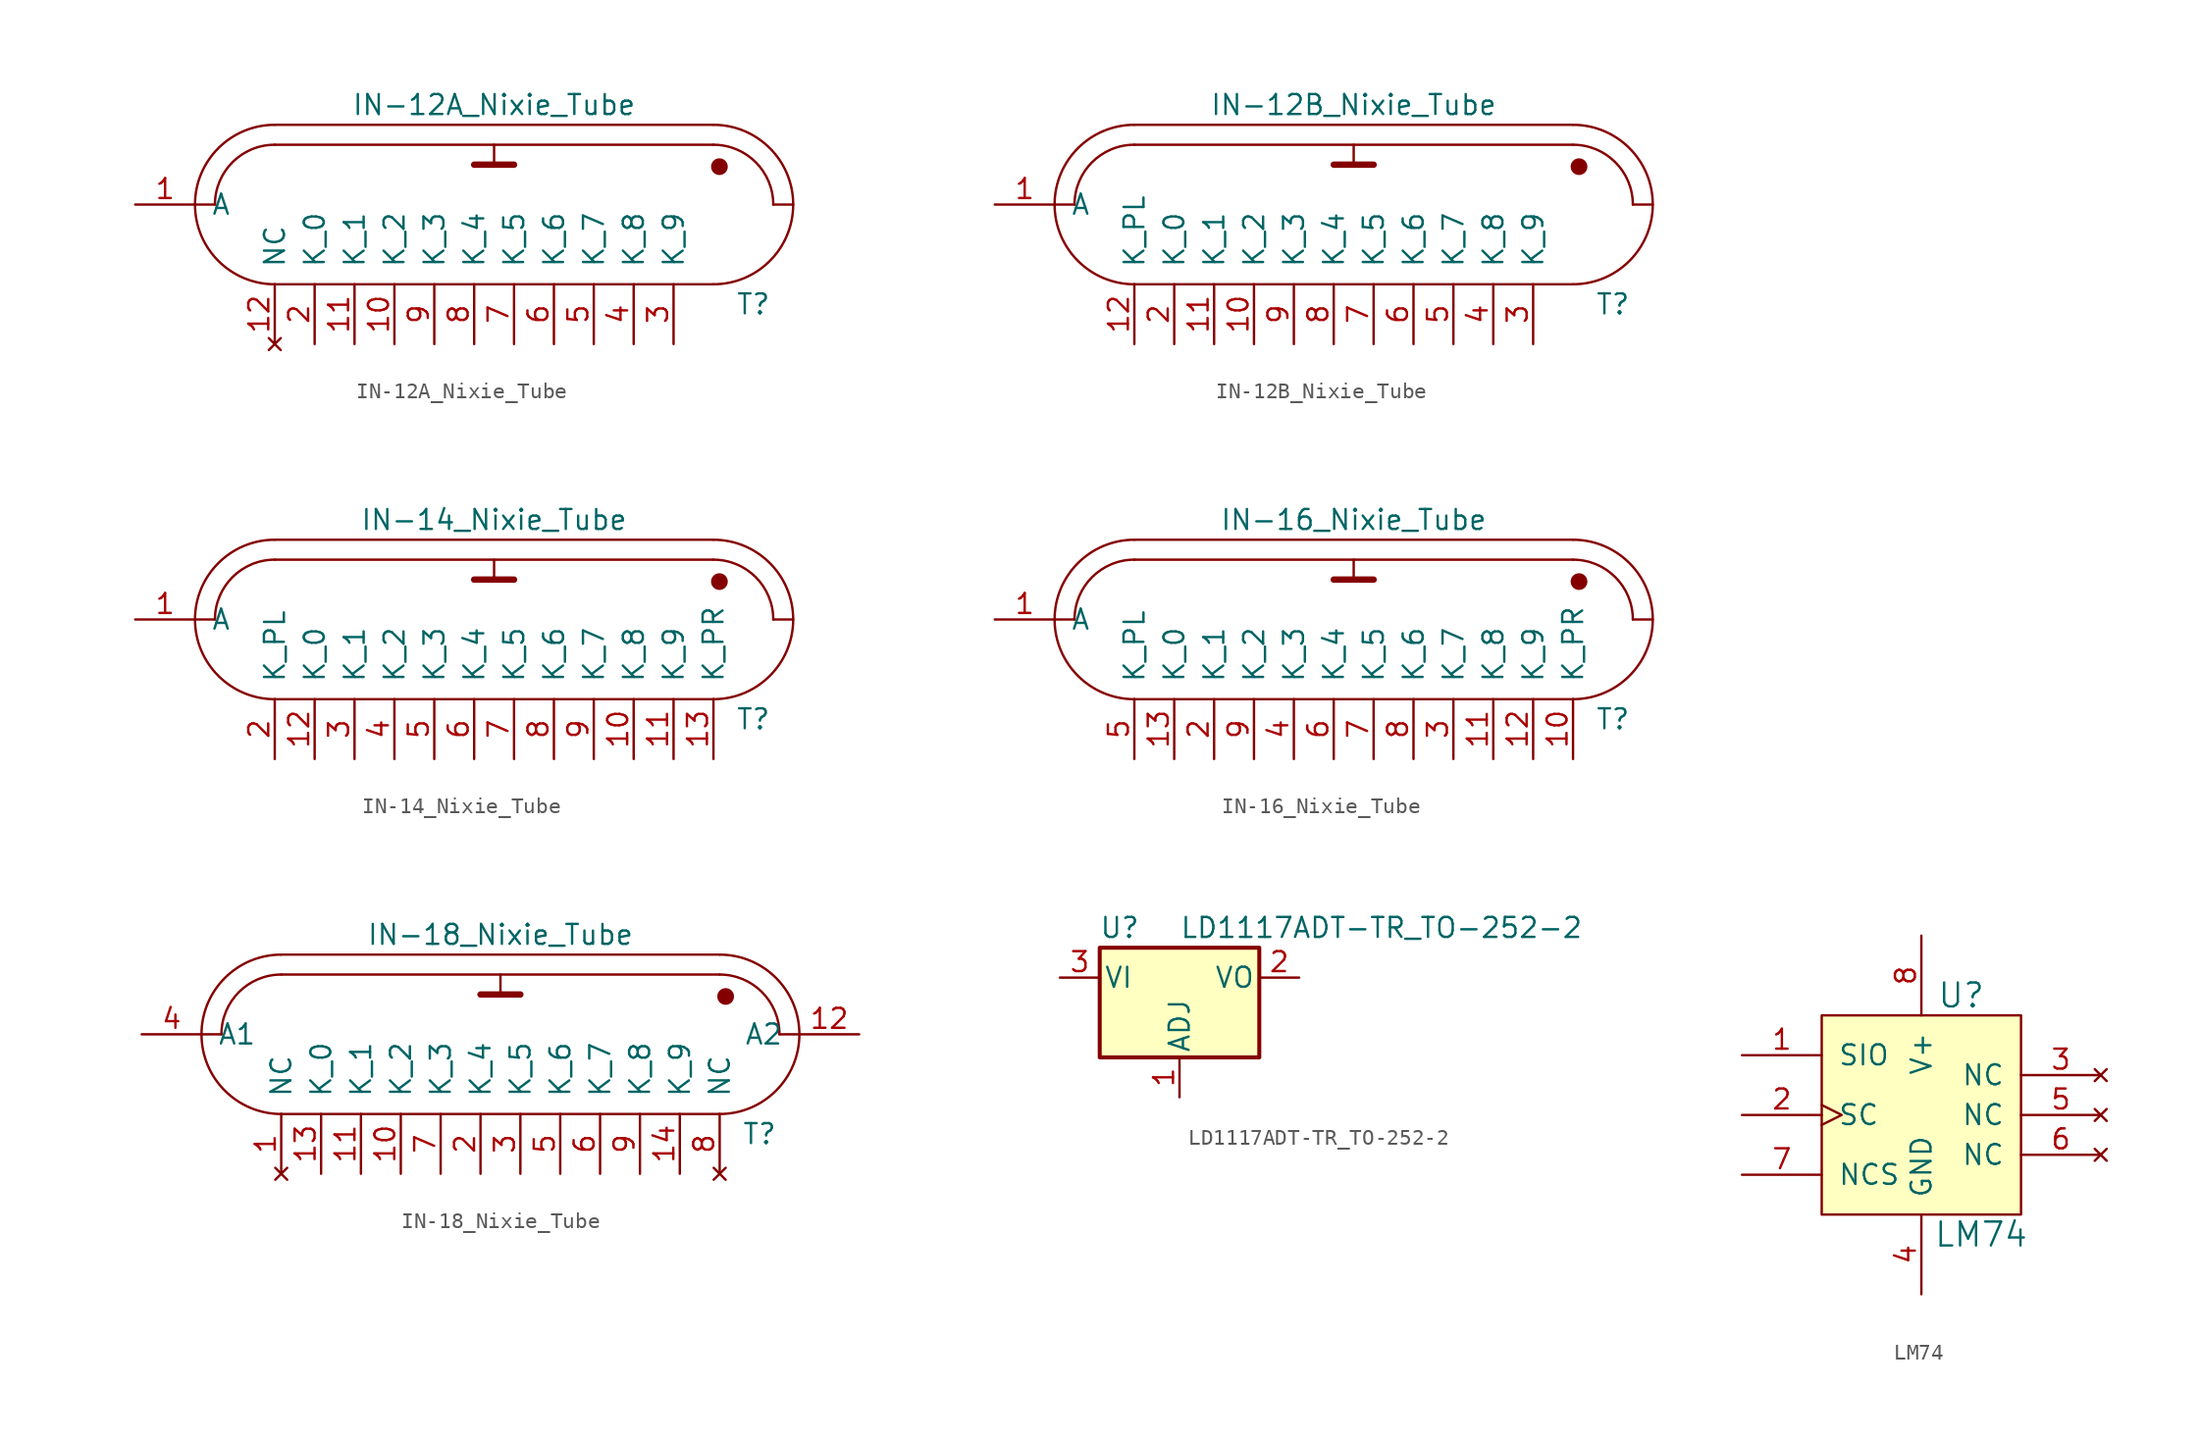
<source format=kicad_sym>
(kicad_symbol_lib
  (version 20231120)
  (generator "kicad_symbol_editor")
  (generator_version "8.0")
  (symbol "IN-12A_Nixie_Tube"
    (pin_names
      (offset 1.016))
    (property "Reference" "T"
      (at 16.51 -6.35 0)
      (effects (font (size 1.27 1.27))))
    (property "Value" "IN-12A_Nixie_Tube"
      (at 0 6.35 0)
      (effects (font (size 1.27 1.27))))
    (symbol "IN-12A_Nixie_Tube_0_0"
      (polyline (pts (xy -13.97 -5.08) (xy 13.97 -5.08)) (stroke (width 0) (type solid)) (fill (type none)))
      (polyline (pts (xy 13.97 3.81) (xy -13.97 3.81)) (stroke (width 0) (type solid)) (fill (type none)))
      (polyline (pts (xy 13.97 5.08) (xy -13.97 5.08)) (stroke (width 0) (type solid)) (fill (type none)))
      (circle (center 14.351 2.413) (radius 0.457) (stroke (width 0) (type solid)) (fill (type outline))))
    (symbol "IN-12A_Nixie_Tube_0_1"
      (arc (start -13.97 3.81) (mid -16.6641 2.6941) (end -17.78 0) (stroke (width 0) (type solid)) (fill (type none)))
      (arc (start -13.97 5.08) (mid -19.05 0) (end -13.97 -5.08) (stroke (width 0) (type solid)) (fill (type none)))
      (polyline (pts (xy -19.05 0) (xy -17.78 0)) (stroke (width 0) (type solid)) (fill (type none)))
      (polyline (pts (xy -1.27 2.54) (xy 1.27 2.54)) (stroke (width 0.406) (type solid)) (fill (type none)))
      (polyline (pts (xy 0 3.81) (xy 0 2.54)) (stroke (width 0) (type solid)) (fill (type none)))
      (polyline (pts (xy 17.78 0) (xy 19.05 0)) (stroke (width 0) (type solid)) (fill (type none)))
      (arc (start 13.97 -5.08) (mid 19.05 0) (end 13.97 5.08) (stroke (width 0) (type solid)) (fill (type none)))
      (arc (start 17.78 0) (mid 16.6641 2.6941) (end 13.97 3.81) (stroke (width 0) (type solid)) (fill (type none))))
    (symbol "IN-12A_Nixie_Tube_1_1"
      (pin power_in line (at -22.86 0 0) (length 3.81) (name "A" (effects (font (size 1.27 1.27)))) (number "1" (effects (font (size 1.27 1.27)))))
      (pin power_in line (at -6.35 -8.89 90) (length 3.81) (name "K_2" (effects (font (size 1.27 1.27)))) (number "10" (effects (font (size 1.27 1.27)))))
      (pin power_in line (at -8.89 -8.89 90) (length 3.81) (name "K_1" (effects (font (size 1.27 1.27)))) (number "11" (effects (font (size 1.27 1.27)))))
      (pin no_connect line (at -13.97 -8.89 90) (length 3.81) (name "NC" (effects (font (size 1.27 1.27)))) (number "12" (effects (font (size 1.27 1.27)))))
      (pin power_in line (at -11.43 -8.89 90) (length 3.81) (name "K_0" (effects (font (size 1.27 1.27)))) (number "2" (effects (font (size 1.27 1.27)))))
      (pin power_in line (at 11.43 -8.89 90) (length 3.81) (name "K_9" (effects (font (size 1.27 1.27)))) (number "3" (effects (font (size 1.27 1.27)))))
      (pin power_in line (at 8.89 -8.89 90) (length 3.81) (name "K_8" (effects (font (size 1.27 1.27)))) (number "4" (effects (font (size 1.27 1.27)))))
      (pin power_in line (at 6.35 -8.89 90) (length 3.81) (name "K_7" (effects (font (size 1.27 1.27)))) (number "5" (effects (font (size 1.27 1.27)))))
      (pin power_in line (at 3.81 -8.89 90) (length 3.81) (name "K_6" (effects (font (size 1.27 1.27)))) (number "6" (effects (font (size 1.27 1.27)))))
      (pin power_in line (at 1.27 -8.89 90) (length 3.81) (name "K_5" (effects (font (size 1.27 1.27)))) (number "7" (effects (font (size 1.27 1.27)))))
      (pin power_in line (at -1.27 -8.89 90) (length 3.81) (name "K_4" (effects (font (size 1.27 1.27)))) (number "8" (effects (font (size 1.27 1.27)))))
      (pin power_in line (at -3.81 -8.89 90) (length 3.81) (name "K_3" (effects (font (size 1.27 1.27)))) (number "9" (effects (font (size 1.27 1.27)))))))
  (symbol "IN-12B_Nixie_Tube"
    (pin_names
      (offset 1.016))
    (property "Reference" "T"
      (at 16.51 -6.35 0)
      (effects (font (size 1.27 1.27))))
    (property "Value" "IN-12B_Nixie_Tube"
      (at 0 6.35 0)
      (effects (font (size 1.27 1.27))))
    (symbol "IN-12B_Nixie_Tube_0_0"
      (polyline (pts (xy -13.97 -5.08) (xy 13.97 -5.08)) (stroke (width 0) (type solid)) (fill (type none)))
      (polyline (pts (xy 13.97 3.81) (xy -13.97 3.81)) (stroke (width 0) (type solid)) (fill (type none)))
      (polyline (pts (xy 13.97 5.08) (xy -13.97 5.08)) (stroke (width 0) (type solid)) (fill (type none)))
      (circle (center 14.351 2.413) (radius 0.457) (stroke (width 0) (type solid)) (fill (type outline))))
    (symbol "IN-12B_Nixie_Tube_0_1"
      (arc (start -13.97 3.81) (mid -16.6641 2.6941) (end -17.78 0) (stroke (width 0) (type solid)) (fill (type none)))
      (arc (start -13.97 5.08) (mid -19.05 0) (end -13.97 -5.08) (stroke (width 0) (type solid)) (fill (type none)))
      (polyline (pts (xy -19.05 0) (xy -17.78 0)) (stroke (width 0) (type solid)) (fill (type none)))
      (polyline (pts (xy -1.27 2.54) (xy 1.27 2.54)) (stroke (width 0.406) (type solid)) (fill (type none)))
      (polyline (pts (xy 0 3.81) (xy 0 2.54)) (stroke (width 0) (type solid)) (fill (type none)))
      (polyline (pts (xy 17.78 0) (xy 19.05 0)) (stroke (width 0) (type solid)) (fill (type none)))
      (arc (start 13.97 -5.08) (mid 19.05 0) (end 13.97 5.08) (stroke (width 0) (type solid)) (fill (type none)))
      (arc (start 17.78 0) (mid 16.6641 2.6941) (end 13.97 3.81) (stroke (width 0) (type solid)) (fill (type none))))
    (symbol "IN-12B_Nixie_Tube_1_1"
      (pin power_in line (at -22.86 0 0) (length 3.81) (name "A" (effects (font (size 1.27 1.27)))) (number "1" (effects (font (size 1.27 1.27)))))
      (pin power_in line (at -6.35 -8.89 90) (length 3.81) (name "K_2" (effects (font (size 1.27 1.27)))) (number "10" (effects (font (size 1.27 1.27)))))
      (pin power_in line (at -8.89 -8.89 90) (length 3.81) (name "K_1" (effects (font (size 1.27 1.27)))) (number "11" (effects (font (size 1.27 1.27)))))
      (pin power_in line (at -13.97 -8.89 90) (length 3.81) (name "K_PL" (effects (font (size 1.27 1.27)))) (number "12" (effects (font (size 1.27 1.27)))))
      (pin power_in line (at -11.43 -8.89 90) (length 3.81) (name "K_0" (effects (font (size 1.27 1.27)))) (number "2" (effects (font (size 1.27 1.27)))))
      (pin power_in line (at 11.43 -8.89 90) (length 3.81) (name "K_9" (effects (font (size 1.27 1.27)))) (number "3" (effects (font (size 1.27 1.27)))))
      (pin power_in line (at 8.89 -8.89 90) (length 3.81) (name "K_8" (effects (font (size 1.27 1.27)))) (number "4" (effects (font (size 1.27 1.27)))))
      (pin power_in line (at 6.35 -8.89 90) (length 3.81) (name "K_7" (effects (font (size 1.27 1.27)))) (number "5" (effects (font (size 1.27 1.27)))))
      (pin power_in line (at 3.81 -8.89 90) (length 3.81) (name "K_6" (effects (font (size 1.27 1.27)))) (number "6" (effects (font (size 1.27 1.27)))))
      (pin power_in line (at 1.27 -8.89 90) (length 3.81) (name "K_5" (effects (font (size 1.27 1.27)))) (number "7" (effects (font (size 1.27 1.27)))))
      (pin power_in line (at -1.27 -8.89 90) (length 3.81) (name "K_4" (effects (font (size 1.27 1.27)))) (number "8" (effects (font (size 1.27 1.27)))))
      (pin power_in line (at -3.81 -8.89 90) (length 3.81) (name "K_3" (effects (font (size 1.27 1.27)))) (number "9" (effects (font (size 1.27 1.27)))))))
  (symbol "IN-14_Nixie_Tube"
    (pin_names
      (offset 1.016))
    (property "Reference" "T"
      (at 16.51 -6.35 0)
      (effects (font (size 1.27 1.27))))
    (property "Value" "IN-14_Nixie_Tube"
      (at 0 6.35 0)
      (effects (font (size 1.27 1.27))))
    (symbol "IN-14_Nixie_Tube_0_0"
      (polyline (pts (xy -13.97 -5.08) (xy 13.97 -5.08)) (stroke (width 0) (type solid)) (fill (type none)))
      (polyline (pts (xy 13.97 3.81) (xy -13.97 3.81)) (stroke (width 0) (type solid)) (fill (type none)))
      (polyline (pts (xy 13.97 5.08) (xy -13.97 5.08)) (stroke (width 0) (type solid)) (fill (type none)))
      (circle (center 14.351 2.413) (radius 0.457) (stroke (width 0) (type solid)) (fill (type outline))))
    (symbol "IN-14_Nixie_Tube_0_1"
      (arc (start -13.97 3.81) (mid -16.6641 2.6941) (end -17.78 0) (stroke (width 0) (type solid)) (fill (type none)))
      (arc (start -13.97 5.08) (mid -19.05 0) (end -13.97 -5.08) (stroke (width 0) (type solid)) (fill (type none)))
      (polyline (pts (xy -19.05 0) (xy -17.78 0)) (stroke (width 0) (type solid)) (fill (type none)))
      (polyline (pts (xy -1.27 2.54) (xy 1.27 2.54)) (stroke (width 0.406) (type solid)) (fill (type none)))
      (polyline (pts (xy 0 3.81) (xy 0 2.54)) (stroke (width 0) (type solid)) (fill (type none)))
      (polyline (pts (xy 17.78 0) (xy 19.05 0)) (stroke (width 0) (type solid)) (fill (type none)))
      (arc (start 13.97 -5.08) (mid 19.05 0) (end 13.97 5.08) (stroke (width 0) (type solid)) (fill (type none)))
      (arc (start 17.78 0) (mid 16.6641 2.6941) (end 13.97 3.81) (stroke (width 0) (type solid)) (fill (type none))))
    (symbol "IN-14_Nixie_Tube_1_1"
      (pin power_in line (at -22.86 0 0) (length 3.81) (name "A" (effects (font (size 1.27 1.27)))) (number "1" (effects (font (size 1.27 1.27)))))
      (pin power_in line (at 8.89 -8.89 90) (length 3.81) (name "K_8" (effects (font (size 1.27 1.27)))) (number "10" (effects (font (size 1.27 1.27)))))
      (pin power_in line (at 11.43 -8.89 90) (length 3.81) (name "K_9" (effects (font (size 1.27 1.27)))) (number "11" (effects (font (size 1.27 1.27)))))
      (pin power_in line (at -11.43 -8.89 90) (length 3.81) (name "K_0" (effects (font (size 1.27 1.27)))) (number "12" (effects (font (size 1.27 1.27)))))
      (pin power_in line (at 13.97 -8.89 90) (length 3.81) (name "K_PR" (effects (font (size 1.27 1.27)))) (number "13" (effects (font (size 1.27 1.27)))))
      (pin power_in line (at -13.97 -8.89 90) (length 3.81) (name "K_PL" (effects (font (size 1.27 1.27)))) (number "2" (effects (font (size 1.27 1.27)))))
      (pin power_in line (at -8.89 -8.89 90) (length 3.81) (name "K_1" (effects (font (size 1.27 1.27)))) (number "3" (effects (font (size 1.27 1.27)))))
      (pin power_in line (at -6.35 -8.89 90) (length 3.81) (name "K_2" (effects (font (size 1.27 1.27)))) (number "4" (effects (font (size 1.27 1.27)))))
      (pin power_in line (at -3.81 -8.89 90) (length 3.81) (name "K_3" (effects (font (size 1.27 1.27)))) (number "5" (effects (font (size 1.27 1.27)))))
      (pin power_in line (at -1.27 -8.89 90) (length 3.81) (name "K_4" (effects (font (size 1.27 1.27)))) (number "6" (effects (font (size 1.27 1.27)))))
      (pin power_in line (at 1.27 -8.89 90) (length 3.81) (name "K_5" (effects (font (size 1.27 1.27)))) (number "7" (effects (font (size 1.27 1.27)))))
      (pin power_in line (at 3.81 -8.89 90) (length 3.81) (name "K_6" (effects (font (size 1.27 1.27)))) (number "8" (effects (font (size 1.27 1.27)))))
      (pin power_in line (at 6.35 -8.89 90) (length 3.81) (name "K_7" (effects (font (size 1.27 1.27)))) (number "9" (effects (font (size 1.27 1.27)))))))
  (symbol "IN-16_Nixie_Tube"
    (pin_names
      (offset 1.016))
    (property "Reference" "T"
      (at 16.51 -6.35 0)
      (effects (font (size 1.27 1.27))))
    (property "Value" "IN-16_Nixie_Tube"
      (at 0 6.35 0)
      (effects (font (size 1.27 1.27))))
    (symbol "IN-16_Nixie_Tube_0_0"
      (polyline (pts (xy -13.97 -5.08) (xy 13.97 -5.08)) (stroke (width 0) (type solid)) (fill (type none)))
      (polyline (pts (xy 13.97 3.81) (xy -13.97 3.81)) (stroke (width 0) (type solid)) (fill (type none)))
      (polyline (pts (xy 13.97 5.08) (xy -13.97 5.08)) (stroke (width 0) (type solid)) (fill (type none)))
      (circle (center 14.351 2.413) (radius 0.457) (stroke (width 0) (type solid)) (fill (type outline))))
    (symbol "IN-16_Nixie_Tube_0_1"
      (arc (start -13.97 3.81) (mid -16.6641 2.6941) (end -17.78 0) (stroke (width 0) (type solid)) (fill (type none)))
      (arc (start -13.97 5.08) (mid -19.05 0) (end -13.97 -5.08) (stroke (width 0) (type solid)) (fill (type none)))
      (polyline (pts (xy -19.05 0) (xy -17.78 0)) (stroke (width 0) (type solid)) (fill (type none)))
      (polyline (pts (xy -1.27 2.54) (xy 1.27 2.54)) (stroke (width 0.406) (type solid)) (fill (type none)))
      (polyline (pts (xy 0 3.81) (xy 0 2.54)) (stroke (width 0) (type solid)) (fill (type none)))
      (polyline (pts (xy 17.78 0) (xy 19.05 0)) (stroke (width 0) (type solid)) (fill (type none)))
      (arc (start 13.97 -5.08) (mid 19.05 0) (end 13.97 5.08) (stroke (width 0) (type solid)) (fill (type none)))
      (arc (start 17.78 0) (mid 16.6641 2.6941) (end 13.97 3.81) (stroke (width 0) (type solid)) (fill (type none))))
    (symbol "IN-16_Nixie_Tube_1_1"
      (pin power_in line (at -22.86 0 0) (length 3.81) (name "A" (effects (font (size 1.27 1.27)))) (number "1" (effects (font (size 1.27 1.27)))))
      (pin power_in line (at 13.97 -8.89 90) (length 3.81) (name "K_PR" (effects (font (size 1.27 1.27)))) (number "10" (effects (font (size 1.27 1.27)))))
      (pin power_in line (at 8.89 -8.89 90) (length 3.81) (name "K_8" (effects (font (size 1.27 1.27)))) (number "11" (effects (font (size 1.27 1.27)))))
      (pin power_in line (at 11.43 -8.89 90) (length 3.81) (name "K_9" (effects (font (size 1.27 1.27)))) (number "12" (effects (font (size 1.27 1.27)))))
      (pin power_in line (at -11.43 -8.89 90) (length 3.81) (name "K_0" (effects (font (size 1.27 1.27)))) (number "13" (effects (font (size 1.27 1.27)))))
      (pin power_in line (at -8.89 -8.89 90) (length 3.81) (name "K_1" (effects (font (size 1.27 1.27)))) (number "2" (effects (font (size 1.27 1.27)))))
      (pin power_in line (at 6.35 -8.89 90) (length 3.81) (name "K_7" (effects (font (size 1.27 1.27)))) (number "3" (effects (font (size 1.27 1.27)))))
      (pin power_in line (at -3.81 -8.89 90) (length 3.81) (name "K_3" (effects (font (size 1.27 1.27)))) (number "4" (effects (font (size 1.27 1.27)))))
      (pin power_in line (at -13.97 -8.89 90) (length 3.81) (name "K_PL" (effects (font (size 1.27 1.27)))) (number "5" (effects (font (size 1.27 1.27)))))
      (pin power_in line (at -1.27 -8.89 90) (length 3.81) (name "K_4" (effects (font (size 1.27 1.27)))) (number "6" (effects (font (size 1.27 1.27)))))
      (pin power_in line (at 1.27 -8.89 90) (length 3.81) (name "K_5" (effects (font (size 1.27 1.27)))) (number "7" (effects (font (size 1.27 1.27)))))
      (pin power_in line (at 3.81 -8.89 90) (length 3.81) (name "K_6" (effects (font (size 1.27 1.27)))) (number "8" (effects (font (size 1.27 1.27)))))
      (pin power_in line (at -6.35 -8.89 90) (length 3.81) (name "K_2" (effects (font (size 1.27 1.27)))) (number "9" (effects (font (size 1.27 1.27)))))))
  (symbol "IN-18_Nixie_Tube"
    (pin_names
      (offset 1.016))
    (property "Reference" "T"
      (at 16.51 -6.35 0)
      (effects (font (size 1.27 1.27))))
    (property "Value" "IN-18_Nixie_Tube"
      (at 0 6.35 0)
      (effects (font (size 1.27 1.27))))
    (symbol "IN-18_Nixie_Tube_0_0"
      (polyline (pts (xy -13.97 -5.08) (xy 13.97 -5.08)) (stroke (width 0) (type solid)) (fill (type none)))
      (polyline (pts (xy 13.97 3.81) (xy -13.97 3.81)) (stroke (width 0) (type solid)) (fill (type none)))
      (polyline (pts (xy 13.97 5.08) (xy -13.97 5.08)) (stroke (width 0) (type solid)) (fill (type none)))
      (circle (center 14.351 2.413) (radius 0.457) (stroke (width 0) (type solid)) (fill (type outline))))
    (symbol "IN-18_Nixie_Tube_0_1"
      (arc (start -13.97 3.81) (mid -16.6641 2.6941) (end -17.78 0) (stroke (width 0) (type solid)) (fill (type none)))
      (arc (start -13.97 5.08) (mid -19.05 0) (end -13.97 -5.08) (stroke (width 0) (type solid)) (fill (type none)))
      (polyline (pts (xy -19.05 0) (xy -17.78 0)) (stroke (width 0) (type solid)) (fill (type none)))
      (polyline (pts (xy -1.27 2.54) (xy 1.27 2.54)) (stroke (width 0.406) (type solid)) (fill (type none)))
      (polyline (pts (xy 0 3.81) (xy 0 2.54)) (stroke (width 0) (type solid)) (fill (type none)))
      (polyline (pts (xy 17.78 0) (xy 19.05 0)) (stroke (width 0) (type solid)) (fill (type none)))
      (arc (start 13.97 -5.08) (mid 19.05 0) (end 13.97 5.08) (stroke (width 0) (type solid)) (fill (type none)))
      (arc (start 17.78 0) (mid 16.6641 2.6941) (end 13.97 3.81) (stroke (width 0) (type solid)) (fill (type none))))
    (symbol "IN-18_Nixie_Tube_1_1"
      (pin no_connect line (at -13.97 -8.89 90) (length 3.81) (name "NC" (effects (font (size 1.27 1.27)))) (number "1" (effects (font (size 1.27 1.27)))))
      (pin power_in line (at -6.35 -8.89 90) (length 3.81) (name "K_2" (effects (font (size 1.27 1.27)))) (number "10" (effects (font (size 1.27 1.27)))))
      (pin power_in line (at -8.89 -8.89 90) (length 3.81) (name "K_1" (effects (font (size 1.27 1.27)))) (number "11" (effects (font (size 1.27 1.27)))))
      (pin power_in line (at 22.86 0 180) (length 3.81) (name "A2" (effects (font (size 1.27 1.27)))) (number "12" (effects (font (size 1.27 1.27)))))
      (pin power_in line (at -11.43 -8.89 90) (length 3.81) (name "K_0" (effects (font (size 1.27 1.27)))) (number "13" (effects (font (size 1.27 1.27)))))
      (pin power_in line (at 11.43 -8.89 90) (length 3.81) (name "K_9" (effects (font (size 1.27 1.27)))) (number "14" (effects (font (size 1.27 1.27)))))
      (pin power_in line (at -1.27 -8.89 90) (length 3.81) (name "K_4" (effects (font (size 1.27 1.27)))) (number "2" (effects (font (size 1.27 1.27)))))
      (pin power_in line (at 1.27 -8.89 90) (length 3.81) (name "K_5" (effects (font (size 1.27 1.27)))) (number "3" (effects (font (size 1.27 1.27)))))
      (pin power_in line (at -22.86 0 0) (length 3.81) (name "A1" (effects (font (size 1.27 1.27)))) (number "4" (effects (font (size 1.27 1.27)))))
      (pin power_in line (at 3.81 -8.89 90) (length 3.81) (name "K_6" (effects (font (size 1.27 1.27)))) (number "5" (effects (font (size 1.27 1.27)))))
      (pin power_in line (at 6.35 -8.89 90) (length 3.81) (name "K_7" (effects (font (size 1.27 1.27)))) (number "6" (effects (font (size 1.27 1.27)))))
      (pin power_in line (at -3.81 -8.89 90) (length 3.81) (name "K_3" (effects (font (size 1.27 1.27)))) (number "7" (effects (font (size 1.27 1.27)))))
      (pin no_connect line (at 13.97 -8.89 90) (length 3.81) (name "NC" (effects (font (size 1.27 1.27)))) (number "8" (effects (font (size 1.27 1.27)))))
      (pin power_in line (at 8.89 -8.89 90) (length 3.81) (name "K_8" (effects (font (size 1.27 1.27)))) (number "9" (effects (font (size 1.27 1.27)))))))
  (symbol "LD1117ADT-TR_TO-252-2"
    (pin_names
      (offset 0.254))
    (property "Reference" "U"
      (at -3.81 3.175 0)
      (effects (font (size 1.27 1.27))))
    (property "Value" "LD1117ADT-TR_TO-252-2"
      (at 0 3.175 0)
      (effects (font (size 1.27 1.27)) (justify left)))
    (symbol "LD1117ADT-TR_TO-252-2_0_1"
      (rectangle (start -5.08 -5.08) (end 5.08 1.905) (stroke (width 0.254) (type solid)) (fill (type background))))
    (symbol "LD1117ADT-TR_TO-252-2_1_1"
      (pin passive line (at 0 -7.62 90) (length 2.54) (name "ADJ" (effects (font (size 1.27 1.27)))) (number "1" (effects (font (size 1.27 1.27)))))
      (pin power_out line (at 7.62 0 180) (length 2.54) (name "VO" (effects (font (size 1.27 1.27)))) (number "2" (effects (font (size 1.27 1.27)))))
      (pin power_in line (at -7.62 0 0) (length 2.54) (name "VI" (effects (font (size 1.27 1.27)))) (number "3" (effects (font (size 1.27 1.27)))))))
  (symbol "LM74"
    (pin_names
      (offset 1.016))
    (property "Reference" "U"
      (at 2.54 7.62 0)
      (effects (font (size 1.524 1.524))))
    (property "Value" "LM74"
      (at 3.81 -7.62 0)
      (effects (font (size 1.524 1.524))))
    (symbol "LM74_0_1"
      (rectangle (start -6.35 -6.35) (end 6.35 6.35) (stroke (width 0) (type solid)) (fill (type background))))
    (symbol "LM74_1_1"
      (pin bidirectional line (at -11.43 3.81 0) (length 5.08) (name "SIO" (effects (font (size 1.27 1.27)))) (number "1" (effects (font (size 1.27 1.27)))))
      (pin input clock (at -11.43 0 0) (length 5.08) (name "SC" (effects (font (size 1.27 1.27)))) (number "2" (effects (font (size 1.27 1.27)))))
      (pin no_connect line (at 11.43 2.54 180) (length 5.08) (name "NC" (effects (font (size 1.27 1.27)))) (number "3" (effects (font (size 1.27 1.27)))))
      (pin power_in line (at 0 -11.43 90) (length 5.08) (name "GND" (effects (font (size 1.27 1.27)))) (number "4" (effects (font (size 1.27 1.27)))))
      (pin no_connect line (at 11.43 0 180) (length 5.08) (name "NC" (effects (font (size 1.27 1.27)))) (number "5" (effects (font (size 1.27 1.27)))))
      (pin no_connect line (at 11.43 -2.54 180) (length 5.08) (name "NC" (effects (font (size 1.27 1.27)))) (number "6" (effects (font (size 1.27 1.27)))))
      (pin input line (at -11.43 -3.81 0) (length 5.08) (name "NCS" (effects (font (size 1.27 1.27)))) (number "7" (effects (font (size 1.27 1.27)))))
      (pin power_in line (at 0 11.43 270) (length 5.08) (name "V+" (effects (font (size 1.27 1.27)))) (number "8" (effects (font (size 1.27 1.27))))))))
</source>
